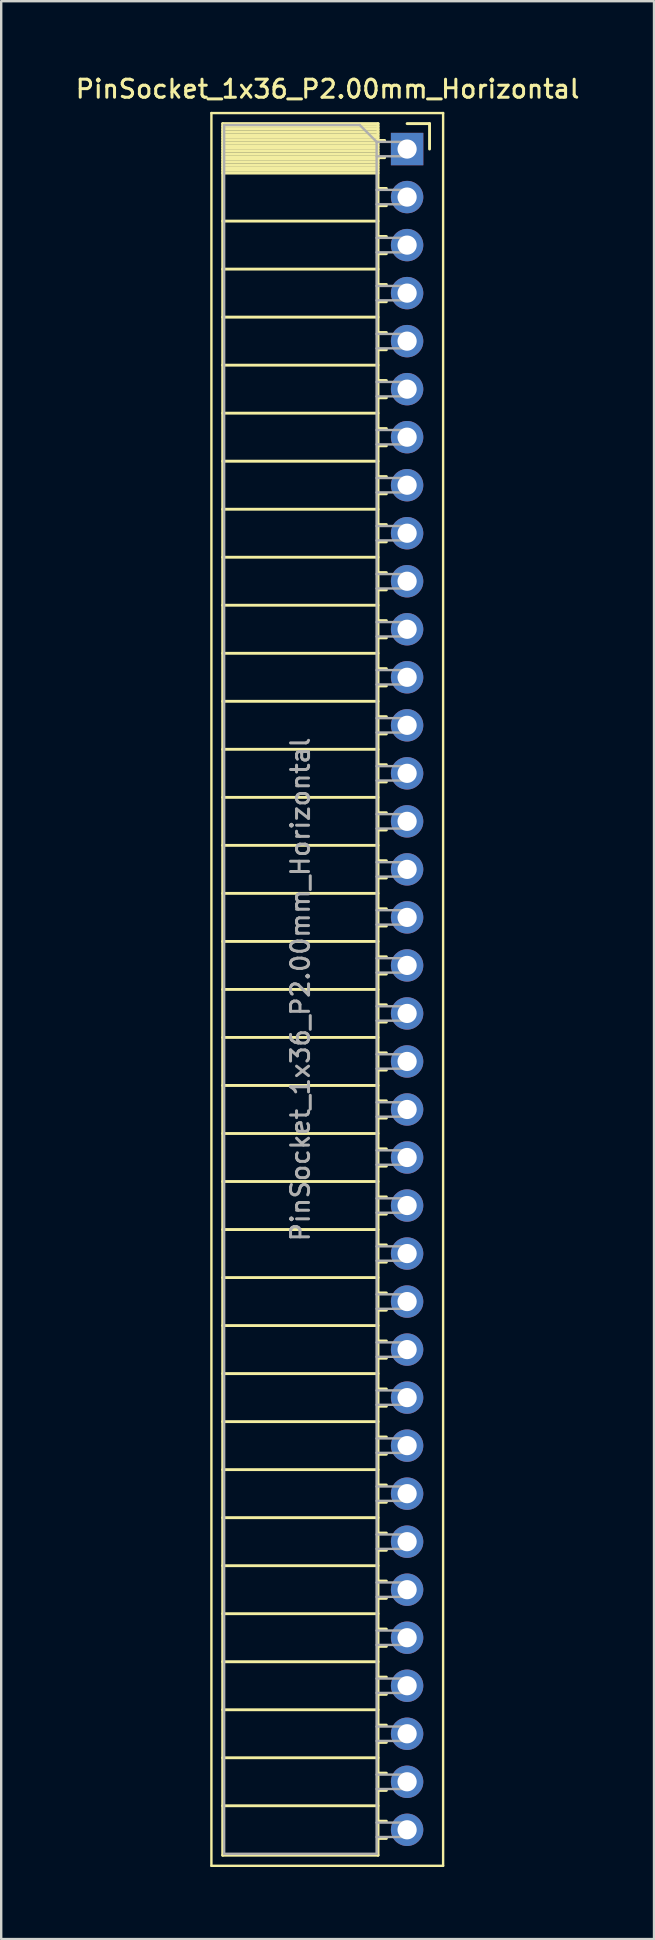
<source format=kicad_pcb>
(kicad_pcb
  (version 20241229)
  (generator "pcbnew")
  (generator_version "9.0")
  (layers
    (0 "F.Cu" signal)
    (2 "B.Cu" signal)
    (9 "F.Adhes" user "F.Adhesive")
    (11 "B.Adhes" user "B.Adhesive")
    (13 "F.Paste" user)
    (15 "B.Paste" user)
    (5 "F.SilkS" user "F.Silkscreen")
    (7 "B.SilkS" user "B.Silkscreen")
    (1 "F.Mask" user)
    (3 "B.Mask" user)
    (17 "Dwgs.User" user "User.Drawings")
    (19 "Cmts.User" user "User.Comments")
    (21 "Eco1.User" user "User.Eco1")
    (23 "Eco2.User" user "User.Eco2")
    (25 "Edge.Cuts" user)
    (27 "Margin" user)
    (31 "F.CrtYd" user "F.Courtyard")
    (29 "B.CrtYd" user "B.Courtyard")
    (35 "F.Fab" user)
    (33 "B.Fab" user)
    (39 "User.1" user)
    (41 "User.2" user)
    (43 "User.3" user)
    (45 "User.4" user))
  (footprint "PinSocket_1x36_P2.00mm_Horizontal"
    (layer "F.Cu")
    (at 13.905 3.158)
    (property "Reference" "PinSocket_1x36_P2.00mm_Horizontal" (at -3.31 -2.5 0) (layer "F.SilkS") (effects (font (size 0.75 0.75) (thickness 0.125))))
    (attr through_hole)
    (fp_line (start -8.15 -1.5) (end -8.15 71.5) (stroke (width 0.1) (type solid)) (layer "F.SilkS"))
    (fp_line (start -8.15 71.5) (end 1.5 71.5) (stroke (width 0.1) (type solid)) (layer "F.SilkS"))
    (fp_line (start -7.68 -1.06) (end -7.68 71.06) (stroke (width 0.12) (type solid)) (layer "F.SilkS"))
    (fp_line (start -7.68 -1.06) (end -1.21 -1.06) (stroke (width 0.12) (type solid)) (layer "F.SilkS"))
    (fp_line (start -7.68 -0.94) (end -1.21 -0.94) (stroke (width 0.12) (type solid)) (layer "F.SilkS"))
    (fp_line (start -7.68 -0.826) (end -1.21 -0.826) (stroke (width 0.12) (type solid)) (layer "F.SilkS"))
    (fp_line (start -7.68 -0.712) (end -1.21 -0.712) (stroke (width 0.12) (type solid)) (layer "F.SilkS"))
    (fp_line (start -7.68 -0.598) (end -1.21 -0.598) (stroke (width 0.12) (type solid)) (layer "F.SilkS"))
    (fp_line (start -7.68 -0.484) (end -1.21 -0.484) (stroke (width 0.12) (type solid)) (layer "F.SilkS"))
    (fp_line (start -7.68 -0.369) (end -1.21 -0.369) (stroke (width 0.12) (type solid)) (layer "F.SilkS"))
    (fp_line (start -7.68 -0.255) (end -1.21 -0.255) (stroke (width 0.12) (type solid)) (layer "F.SilkS"))
    (fp_line (start -7.68 -0.141) (end -1.21 -0.141) (stroke (width 0.12) (type solid)) (layer "F.SilkS"))
    (fp_line (start -7.68 -0.027) (end -1.21 -0.027) (stroke (width 0.12) (type solid)) (layer "F.SilkS"))
    (fp_line (start -7.68 0.087) (end -1.21 0.087) (stroke (width 0.12) (type solid)) (layer "F.SilkS"))
    (fp_line (start -7.68 0.201) (end -1.21 0.201) (stroke (width 0.12) (type solid)) (layer "F.SilkS"))
    (fp_line (start -7.68 0.315) (end -1.21 0.315) (stroke (width 0.12) (type solid)) (layer "F.SilkS"))
    (fp_line (start -7.68 0.429) (end -1.21 0.429) (stroke (width 0.12) (type solid)) (layer "F.SilkS"))
    (fp_line (start -7.68 0.544) (end -1.21 0.544) (stroke (width 0.12) (type solid)) (layer "F.SilkS"))
    (fp_line (start -7.68 0.658) (end -1.21 0.658) (stroke (width 0.12) (type solid)) (layer "F.SilkS"))
    (fp_line (start -7.68 0.772) (end -1.21 0.772) (stroke (width 0.12) (type solid)) (layer "F.SilkS"))
    (fp_line (start -7.68 0.886) (end -1.21 0.886) (stroke (width 0.12) (type solid)) (layer "F.SilkS"))
    (fp_line (start -7.68 1) (end -1.21 1) (stroke (width 0.12) (type solid)) (layer "F.SilkS"))
    (fp_line (start -7.68 3) (end -1.21 3) (stroke (width 0.12) (type solid)) (layer "F.SilkS"))
    (fp_line (start -7.68 5) (end -1.21 5) (stroke (width 0.12) (type solid)) (layer "F.SilkS"))
    (fp_line (start -7.68 7) (end -1.21 7) (stroke (width 0.12) (type solid)) (layer "F.SilkS"))
    (fp_line (start -7.68 9) (end -1.21 9) (stroke (width 0.12) (type solid)) (layer "F.SilkS"))
    (fp_line (start -7.68 11) (end -1.21 11) (stroke (width 0.12) (type solid)) (layer "F.SilkS"))
    (fp_line (start -7.68 13) (end -1.21 13) (stroke (width 0.12) (type solid)) (layer "F.SilkS"))
    (fp_line (start -7.68 15) (end -1.21 15) (stroke (width 0.12) (type solid)) (layer "F.SilkS"))
    (fp_line (start -7.68 17) (end -1.21 17) (stroke (width 0.12) (type solid)) (layer "F.SilkS"))
    (fp_line (start -7.68 19) (end -1.21 19) (stroke (width 0.12) (type solid)) (layer "F.SilkS"))
    (fp_line (start -7.68 21) (end -1.21 21) (stroke (width 0.12) (type solid)) (layer "F.SilkS"))
    (fp_line (start -7.68 23) (end -1.21 23) (stroke (width 0.12) (type solid)) (layer "F.SilkS"))
    (fp_line (start -7.68 25) (end -1.21 25) (stroke (width 0.12) (type solid)) (layer "F.SilkS"))
    (fp_line (start -7.68 27) (end -1.21 27) (stroke (width 0.12) (type solid)) (layer "F.SilkS"))
    (fp_line (start -7.68 29) (end -1.21 29) (stroke (width 0.12) (type solid)) (layer "F.SilkS"))
    (fp_line (start -7.68 31) (end -1.21 31) (stroke (width 0.12) (type solid)) (layer "F.SilkS"))
    (fp_line (start -7.68 33) (end -1.21 33) (stroke (width 0.12) (type solid)) (layer "F.SilkS"))
    (fp_line (start -7.68 35) (end -1.21 35) (stroke (width 0.12) (type solid)) (layer "F.SilkS"))
    (fp_line (start -7.68 37) (end -1.21 37) (stroke (width 0.12) (type solid)) (layer "F.SilkS"))
    (fp_line (start -7.68 39) (end -1.21 39) (stroke (width 0.12) (type solid)) (layer "F.SilkS"))
    (fp_line (start -7.68 41) (end -1.21 41) (stroke (width 0.12) (type solid)) (layer "F.SilkS"))
    (fp_line (start -7.68 43) (end -1.21 43) (stroke (width 0.12) (type solid)) (layer "F.SilkS"))
    (fp_line (start -7.68 45) (end -1.21 45) (stroke (width 0.12) (type solid)) (layer "F.SilkS"))
    (fp_line (start -7.68 47) (end -1.21 47) (stroke (width 0.12) (type solid)) (layer "F.SilkS"))
    (fp_line (start -7.68 49) (end -1.21 49) (stroke (width 0.12) (type solid)) (layer "F.SilkS"))
    (fp_line (start -7.68 51) (end -1.21 51) (stroke (width 0.12) (type solid)) (layer "F.SilkS"))
    (fp_line (start -7.68 53) (end -1.21 53) (stroke (width 0.12) (type solid)) (layer "F.SilkS"))
    (fp_line (start -7.68 55) (end -1.21 55) (stroke (width 0.12) (type solid)) (layer "F.SilkS"))
    (fp_line (start -7.68 57) (end -1.21 57) (stroke (width 0.12) (type solid)) (layer "F.SilkS"))
    (fp_line (start -7.68 59) (end -1.21 59) (stroke (width 0.12) (type solid)) (layer "F.SilkS"))
    (fp_line (start -7.68 61) (end -1.21 61) (stroke (width 0.12) (type solid)) (layer "F.SilkS"))
    (fp_line (start -7.68 63) (end -1.21 63) (stroke (width 0.12) (type solid)) (layer "F.SilkS"))
    (fp_line (start -7.68 65) (end -1.21 65) (stroke (width 0.12) (type solid)) (layer "F.SilkS"))
    (fp_line (start -7.68 67) (end -1.21 67) (stroke (width 0.12) (type solid)) (layer "F.SilkS"))
    (fp_line (start -7.68 69) (end -1.21 69) (stroke (width 0.12) (type solid)) (layer "F.SilkS"))
    (fp_line (start -7.68 71.06) (end -1.21 71.06) (stroke (width 0.12) (type solid)) (layer "F.SilkS"))
    (fp_line (start -1.21 -1.06) (end -1.21 71.06) (stroke (width 0.12) (type solid)) (layer "F.SilkS"))
    (fp_line (start -1.21 -0.36) (end -0.935 -0.36) (stroke (width 0.12) (type solid)) (layer "F.SilkS"))
    (fp_line (start -1.21 0.36) (end -0.935 0.36) (stroke (width 0.12) (type solid)) (layer "F.SilkS"))
    (fp_line (start -1.21 1.64) (end -0.863 1.64) (stroke (width 0.12) (type solid)) (layer "F.SilkS"))
    (fp_line (start -1.21 2.36) (end -0.863 2.36) (stroke (width 0.12) (type solid)) (layer "F.SilkS"))
    (fp_line (start -1.21 3.64) (end -0.863 3.64) (stroke (width 0.12) (type solid)) (layer "F.SilkS"))
    (fp_line (start -1.21 4.36) (end -0.863 4.36) (stroke (width 0.12) (type solid)) (layer "F.SilkS"))
    (fp_line (start -1.21 5.64) (end -0.863 5.64) (stroke (width 0.12) (type solid)) (layer "F.SilkS"))
    (fp_line (start -1.21 6.36) (end -0.863 6.36) (stroke (width 0.12) (type solid)) (layer "F.SilkS"))
    (fp_line (start -1.21 7.64) (end -0.863 7.64) (stroke (width 0.12) (type solid)) (layer "F.SilkS"))
    (fp_line (start -1.21 8.36) (end -0.863 8.36) (stroke (width 0.12) (type solid)) (layer "F.SilkS"))
    (fp_line (start -1.21 9.64) (end -0.863 9.64) (stroke (width 0.12) (type solid)) (layer "F.SilkS"))
    (fp_line (start -1.21 10.36) (end -0.863 10.36) (stroke (width 0.12) (type solid)) (layer "F.SilkS"))
    (fp_line (start -1.21 11.64) (end -0.863 11.64) (stroke (width 0.12) (type solid)) (layer "F.SilkS"))
    (fp_line (start -1.21 12.36) (end -0.863 12.36) (stroke (width 0.12) (type solid)) (layer "F.SilkS"))
    (fp_line (start -1.21 13.64) (end -0.863 13.64) (stroke (width 0.12) (type solid)) (layer "F.SilkS"))
    (fp_line (start -1.21 14.36) (end -0.863 14.36) (stroke (width 0.12) (type solid)) (layer "F.SilkS"))
    (fp_line (start -1.21 15.64) (end -0.863 15.64) (stroke (width 0.12) (type solid)) (layer "F.SilkS"))
    (fp_line (start -1.21 16.36) (end -0.863 16.36) (stroke (width 0.12) (type solid)) (layer "F.SilkS"))
    (fp_line (start -1.21 17.64) (end -0.863 17.64) (stroke (width 0.12) (type solid)) (layer "F.SilkS"))
    (fp_line (start -1.21 18.36) (end -0.863 18.36) (stroke (width 0.12) (type solid)) (layer "F.SilkS"))
    (fp_line (start -1.21 19.64) (end -0.863 19.64) (stroke (width 0.12) (type solid)) (layer "F.SilkS"))
    (fp_line (start -1.21 20.36) (end -0.863 20.36) (stroke (width 0.12) (type solid)) (layer "F.SilkS"))
    (fp_line (start -1.21 21.64) (end -0.863 21.64) (stroke (width 0.12) (type solid)) (layer "F.SilkS"))
    (fp_line (start -1.21 22.36) (end -0.863 22.36) (stroke (width 0.12) (type solid)) (layer "F.SilkS"))
    (fp_line (start -1.21 23.64) (end -0.863 23.64) (stroke (width 0.12) (type solid)) (layer "F.SilkS"))
    (fp_line (start -1.21 24.36) (end -0.863 24.36) (stroke (width 0.12) (type solid)) (layer "F.SilkS"))
    (fp_line (start -1.21 25.64) (end -0.863 25.64) (stroke (width 0.12) (type solid)) (layer "F.SilkS"))
    (fp_line (start -1.21 26.36) (end -0.863 26.36) (stroke (width 0.12) (type solid)) (layer "F.SilkS"))
    (fp_line (start -1.21 27.64) (end -0.863 27.64) (stroke (width 0.12) (type solid)) (layer "F.SilkS"))
    (fp_line (start -1.21 28.36) (end -0.863 28.36) (stroke (width 0.12) (type solid)) (layer "F.SilkS"))
    (fp_line (start -1.21 29.64) (end -0.863 29.64) (stroke (width 0.12) (type solid)) (layer "F.SilkS"))
    (fp_line (start -1.21 30.36) (end -0.863 30.36) (stroke (width 0.12) (type solid)) (layer "F.SilkS"))
    (fp_line (start -1.21 31.64) (end -0.863 31.64) (stroke (width 0.12) (type solid)) (layer "F.SilkS"))
    (fp_line (start -1.21 32.36) (end -0.863 32.36) (stroke (width 0.12) (type solid)) (layer "F.SilkS"))
    (fp_line (start -1.21 33.64) (end -0.863 33.64) (stroke (width 0.12) (type solid)) (layer "F.SilkS"))
    (fp_line (start -1.21 34.36) (end -0.863 34.36) (stroke (width 0.12) (type solid)) (layer "F.SilkS"))
    (fp_line (start -1.21 35.64) (end -0.863 35.64) (stroke (width 0.12) (type solid)) (layer "F.SilkS"))
    (fp_line (start -1.21 36.36) (end -0.863 36.36) (stroke (width 0.12) (type solid)) (layer "F.SilkS"))
    (fp_line (start -1.21 37.64) (end -0.863 37.64) (stroke (width 0.12) (type solid)) (layer "F.SilkS"))
    (fp_line (start -1.21 38.36) (end -0.863 38.36) (stroke (width 0.12) (type solid)) (layer "F.SilkS"))
    (fp_line (start -1.21 39.64) (end -0.863 39.64) (stroke (width 0.12) (type solid)) (layer "F.SilkS"))
    (fp_line (start -1.21 40.36) (end -0.863 40.36) (stroke (width 0.12) (type solid)) (layer "F.SilkS"))
    (fp_line (start -1.21 41.64) (end -0.863 41.64) (stroke (width 0.12) (type solid)) (layer "F.SilkS"))
    (fp_line (start -1.21 42.36) (end -0.863 42.36) (stroke (width 0.12) (type solid)) (layer "F.SilkS"))
    (fp_line (start -1.21 43.64) (end -0.863 43.64) (stroke (width 0.12) (type solid)) (layer "F.SilkS"))
    (fp_line (start -1.21 44.36) (end -0.863 44.36) (stroke (width 0.12) (type solid)) (layer "F.SilkS"))
    (fp_line (start -1.21 45.64) (end -0.863 45.64) (stroke (width 0.12) (type solid)) (layer "F.SilkS"))
    (fp_line (start -1.21 46.36) (end -0.863 46.36) (stroke (width 0.12) (type solid)) (layer "F.SilkS"))
    (fp_line (start -1.21 47.64) (end -0.863 47.64) (stroke (width 0.12) (type solid)) (layer "F.SilkS"))
    (fp_line (start -1.21 48.36) (end -0.863 48.36) (stroke (width 0.12) (type solid)) (layer "F.SilkS"))
    (fp_line (start -1.21 49.64) (end -0.863 49.64) (stroke (width 0.12) (type solid)) (layer "F.SilkS"))
    (fp_line (start -1.21 50.36) (end -0.863 50.36) (stroke (width 0.12) (type solid)) (layer "F.SilkS"))
    (fp_line (start -1.21 51.64) (end -0.863 51.64) (stroke (width 0.12) (type solid)) (layer "F.SilkS"))
    (fp_line (start -1.21 52.36) (end -0.863 52.36) (stroke (width 0.12) (type solid)) (layer "F.SilkS"))
    (fp_line (start -1.21 53.64) (end -0.863 53.64) (stroke (width 0.12) (type solid)) (layer "F.SilkS"))
    (fp_line (start -1.21 54.36) (end -0.863 54.36) (stroke (width 0.12) (type solid)) (layer "F.SilkS"))
    (fp_line (start -1.21 55.64) (end -0.863 55.64) (stroke (width 0.12) (type solid)) (layer "F.SilkS"))
    (fp_line (start -1.21 56.36) (end -0.863 56.36) (stroke (width 0.12) (type solid)) (layer "F.SilkS"))
    (fp_line (start -1.21 57.64) (end -0.863 57.64) (stroke (width 0.12) (type solid)) (layer "F.SilkS"))
    (fp_line (start -1.21 58.36) (end -0.863 58.36) (stroke (width 0.12) (type solid)) (layer "F.SilkS"))
    (fp_line (start -1.21 59.64) (end -0.863 59.64) (stroke (width 0.12) (type solid)) (layer "F.SilkS"))
    (fp_line (start -1.21 60.36) (end -0.863 60.36) (stroke (width 0.12) (type solid)) (layer "F.SilkS"))
    (fp_line (start -1.21 61.64) (end -0.863 61.64) (stroke (width 0.12) (type solid)) (layer "F.SilkS"))
    (fp_line (start -1.21 62.36) (end -0.863 62.36) (stroke (width 0.12) (type solid)) (layer "F.SilkS"))
    (fp_line (start -1.21 63.64) (end -0.863 63.64) (stroke (width 0.12) (type solid)) (layer "F.SilkS"))
    (fp_line (start -1.21 64.36) (end -0.863 64.36) (stroke (width 0.12) (type solid)) (layer "F.SilkS"))
    (fp_line (start -1.21 65.64) (end -0.863 65.64) (stroke (width 0.12) (type solid)) (layer "F.SilkS"))
    (fp_line (start -1.21 66.36) (end -0.863 66.36) (stroke (width 0.12) (type solid)) (layer "F.SilkS"))
    (fp_line (start -1.21 67.64) (end -0.863 67.64) (stroke (width 0.12) (type solid)) (layer "F.SilkS"))
    (fp_line (start -1.21 68.36) (end -0.863 68.36) (stroke (width 0.12) (type solid)) (layer "F.SilkS"))
    (fp_line (start -1.21 69.64) (end -0.863 69.64) (stroke (width 0.12) (type solid)) (layer "F.SilkS"))
    (fp_line (start -1.21 70.36) (end -0.863 70.36) (stroke (width 0.12) (type solid)) (layer "F.SilkS"))
    (fp_line (start 0 -1.06) (end 0.935 -1.06) (stroke (width 0.12) (type solid)) (layer "F.SilkS"))
    (fp_line (start 0.935 -1.06) (end 0.935 0) (stroke (width 0.12) (type solid)) (layer "F.SilkS"))
    (fp_line (start 1.5 -1.5) (end -8.15 -1.5) (stroke (width 0.1) (type solid)) (layer "F.SilkS"))
    (fp_line (start 1.5 71.5) (end 1.5 -1.5) (stroke (width 0.1) (type solid)) (layer "F.SilkS"))
    (fp_line (start -7.62 -1) (end -1.97 -1) (stroke (width 0.1) (type solid)) (layer "F.Fab"))
    (fp_line (start -7.62 71) (end -7.62 -1) (stroke (width 0.1) (type solid)) (layer "F.Fab"))
    (fp_line (start -1.97 -1) (end -1.27 -0.3) (stroke (width 0.1) (type solid)) (layer "F.Fab"))
    (fp_line (start -1.27 -0.3) (end -1.27 71) (stroke (width 0.1) (type solid)) (layer "F.Fab"))
    (fp_line (start -1.27 0.3) (end 0 0.3) (stroke (width 0.1) (type solid)) (layer "F.Fab"))
    (fp_line (start -1.27 2.3) (end 0 2.3) (stroke (width 0.1) (type solid)) (layer "F.Fab"))
    (fp_line (start -1.27 4.3) (end 0 4.3) (stroke (width 0.1) (type solid)) (layer "F.Fab"))
    (fp_line (start -1.27 6.3) (end 0 6.3) (stroke (width 0.1) (type solid)) (layer "F.Fab"))
    (fp_line (start -1.27 8.3) (end 0 8.3) (stroke (width 0.1) (type solid)) (layer "F.Fab"))
    (fp_line (start -1.27 10.3) (end 0 10.3) (stroke (width 0.1) (type solid)) (layer "F.Fab"))
    (fp_line (start -1.27 12.3) (end 0 12.3) (stroke (width 0.1) (type solid)) (layer "F.Fab"))
    (fp_line (start -1.27 14.3) (end 0 14.3) (stroke (width 0.1) (type solid)) (layer "F.Fab"))
    (fp_line (start -1.27 16.3) (end 0 16.3) (stroke (width 0.1) (type solid)) (layer "F.Fab"))
    (fp_line (start -1.27 18.3) (end 0 18.3) (stroke (width 0.1) (type solid)) (layer "F.Fab"))
    (fp_line (start -1.27 20.3) (end 0 20.3) (stroke (width 0.1) (type solid)) (layer "F.Fab"))
    (fp_line (start -1.27 22.3) (end 0 22.3) (stroke (width 0.1) (type solid)) (layer "F.Fab"))
    (fp_line (start -1.27 24.3) (end 0 24.3) (stroke (width 0.1) (type solid)) (layer "F.Fab"))
    (fp_line (start -1.27 26.3) (end 0 26.3) (stroke (width 0.1) (type solid)) (layer "F.Fab"))
    (fp_line (start -1.27 28.3) (end 0 28.3) (stroke (width 0.1) (type solid)) (layer "F.Fab"))
    (fp_line (start -1.27 30.3) (end 0 30.3) (stroke (width 0.1) (type solid)) (layer "F.Fab"))
    (fp_line (start -1.27 32.3) (end 0 32.3) (stroke (width 0.1) (type solid)) (layer "F.Fab"))
    (fp_line (start -1.27 34.3) (end 0 34.3) (stroke (width 0.1) (type solid)) (layer "F.Fab"))
    (fp_line (start -1.27 36.3) (end 0 36.3) (stroke (width 0.1) (type solid)) (layer "F.Fab"))
    (fp_line (start -1.27 38.3) (end 0 38.3) (stroke (width 0.1) (type solid)) (layer "F.Fab"))
    (fp_line (start -1.27 40.3) (end 0 40.3) (stroke (width 0.1) (type solid)) (layer "F.Fab"))
    (fp_line (start -1.27 42.3) (end 0 42.3) (stroke (width 0.1) (type solid)) (layer "F.Fab"))
    (fp_line (start -1.27 44.3) (end 0 44.3) (stroke (width 0.1) (type solid)) (layer "F.Fab"))
    (fp_line (start -1.27 46.3) (end 0 46.3) (stroke (width 0.1) (type solid)) (layer "F.Fab"))
    (fp_line (start -1.27 48.3) (end 0 48.3) (stroke (width 0.1) (type solid)) (layer "F.Fab"))
    (fp_line (start -1.27 50.3) (end 0 50.3) (stroke (width 0.1) (type solid)) (layer "F.Fab"))
    (fp_line (start -1.27 52.3) (end 0 52.3) (stroke (width 0.1) (type solid)) (layer "F.Fab"))
    (fp_line (start -1.27 54.3) (end 0 54.3) (stroke (width 0.1) (type solid)) (layer "F.Fab"))
    (fp_line (start -1.27 56.3) (end 0 56.3) (stroke (width 0.1) (type solid)) (layer "F.Fab"))
    (fp_line (start -1.27 58.3) (end 0 58.3) (stroke (width 0.1) (type solid)) (layer "F.Fab"))
    (fp_line (start -1.27 60.3) (end 0 60.3) (stroke (width 0.1) (type solid)) (layer "F.Fab"))
    (fp_line (start -1.27 62.3) (end 0 62.3) (stroke (width 0.1) (type solid)) (layer "F.Fab"))
    (fp_line (start -1.27 64.3) (end 0 64.3) (stroke (width 0.1) (type solid)) (layer "F.Fab"))
    (fp_line (start -1.27 66.3) (end 0 66.3) (stroke (width 0.1) (type solid)) (layer "F.Fab"))
    (fp_line (start -1.27 68.3) (end 0 68.3) (stroke (width 0.1) (type solid)) (layer "F.Fab"))
    (fp_line (start -1.27 70.3) (end 0 70.3) (stroke (width 0.1) (type solid)) (layer "F.Fab"))
    (fp_line (start -1.27 71) (end -7.62 71) (stroke (width 0.1) (type solid)) (layer "F.Fab"))
    (fp_line (start 0 -0.3) (end -1.27 -0.3) (stroke (width 0.1) (type solid)) (layer "F.Fab"))
    (fp_line (start 0 0.3) (end 0 -0.3) (stroke (width 0.1) (type solid)) (layer "F.Fab"))
    (fp_line (start 0 1.7) (end -1.27 1.7) (stroke (width 0.1) (type solid)) (layer "F.Fab"))
    (fp_line (start 0 2.3) (end 0 1.7) (stroke (width 0.1) (type solid)) (layer "F.Fab"))
    (fp_line (start 0 3.7) (end -1.27 3.7) (stroke (width 0.1) (type solid)) (layer "F.Fab"))
    (fp_line (start 0 4.3) (end 0 3.7) (stroke (width 0.1) (type solid)) (layer "F.Fab"))
    (fp_line (start 0 5.7) (end -1.27 5.7) (stroke (width 0.1) (type solid)) (layer "F.Fab"))
    (fp_line (start 0 6.3) (end 0 5.7) (stroke (width 0.1) (type solid)) (layer "F.Fab"))
    (fp_line (start 0 7.7) (end -1.27 7.7) (stroke (width 0.1) (type solid)) (layer "F.Fab"))
    (fp_line (start 0 8.3) (end 0 7.7) (stroke (width 0.1) (type solid)) (layer "F.Fab"))
    (fp_line (start 0 9.7) (end -1.27 9.7) (stroke (width 0.1) (type solid)) (layer "F.Fab"))
    (fp_line (start 0 10.3) (end 0 9.7) (stroke (width 0.1) (type solid)) (layer "F.Fab"))
    (fp_line (start 0 11.7) (end -1.27 11.7) (stroke (width 0.1) (type solid)) (layer "F.Fab"))
    (fp_line (start 0 12.3) (end 0 11.7) (stroke (width 0.1) (type solid)) (layer "F.Fab"))
    (fp_line (start 0 13.7) (end -1.27 13.7) (stroke (width 0.1) (type solid)) (layer "F.Fab"))
    (fp_line (start 0 14.3) (end 0 13.7) (stroke (width 0.1) (type solid)) (layer "F.Fab"))
    (fp_line (start 0 15.7) (end -1.27 15.7) (stroke (width 0.1) (type solid)) (layer "F.Fab"))
    (fp_line (start 0 16.3) (end 0 15.7) (stroke (width 0.1) (type solid)) (layer "F.Fab"))
    (fp_line (start 0 17.7) (end -1.27 17.7) (stroke (width 0.1) (type solid)) (layer "F.Fab"))
    (fp_line (start 0 18.3) (end 0 17.7) (stroke (width 0.1) (type solid)) (layer "F.Fab"))
    (fp_line (start 0 19.7) (end -1.27 19.7) (stroke (width 0.1) (type solid)) (layer "F.Fab"))
    (fp_line (start 0 20.3) (end 0 19.7) (stroke (width 0.1) (type solid)) (layer "F.Fab"))
    (fp_line (start 0 21.7) (end -1.27 21.7) (stroke (width 0.1) (type solid)) (layer "F.Fab"))
    (fp_line (start 0 22.3) (end 0 21.7) (stroke (width 0.1) (type solid)) (layer "F.Fab"))
    (fp_line (start 0 23.7) (end -1.27 23.7) (stroke (width 0.1) (type solid)) (layer "F.Fab"))
    (fp_line (start 0 24.3) (end 0 23.7) (stroke (width 0.1) (type solid)) (layer "F.Fab"))
    (fp_line (start 0 25.7) (end -1.27 25.7) (stroke (width 0.1) (type solid)) (layer "F.Fab"))
    (fp_line (start 0 26.3) (end 0 25.7) (stroke (width 0.1) (type solid)) (layer "F.Fab"))
    (fp_line (start 0 27.7) (end -1.27 27.7) (stroke (width 0.1) (type solid)) (layer "F.Fab"))
    (fp_line (start 0 28.3) (end 0 27.7) (stroke (width 0.1) (type solid)) (layer "F.Fab"))
    (fp_line (start 0 29.7) (end -1.27 29.7) (stroke (width 0.1) (type solid)) (layer "F.Fab"))
    (fp_line (start 0 30.3) (end 0 29.7) (stroke (width 0.1) (type solid)) (layer "F.Fab"))
    (fp_line (start 0 31.7) (end -1.27 31.7) (stroke (width 0.1) (type solid)) (layer "F.Fab"))
    (fp_line (start 0 32.3) (end 0 31.7) (stroke (width 0.1) (type solid)) (layer "F.Fab"))
    (fp_line (start 0 33.7) (end -1.27 33.7) (stroke (width 0.1) (type solid)) (layer "F.Fab"))
    (fp_line (start 0 34.3) (end 0 33.7) (stroke (width 0.1) (type solid)) (layer "F.Fab"))
    (fp_line (start 0 35.7) (end -1.27 35.7) (stroke (width 0.1) (type solid)) (layer "F.Fab"))
    (fp_line (start 0 36.3) (end 0 35.7) (stroke (width 0.1) (type solid)) (layer "F.Fab"))
    (fp_line (start 0 37.7) (end -1.27 37.7) (stroke (width 0.1) (type solid)) (layer "F.Fab"))
    (fp_line (start 0 38.3) (end 0 37.7) (stroke (width 0.1) (type solid)) (layer "F.Fab"))
    (fp_line (start 0 39.7) (end -1.27 39.7) (stroke (width 0.1) (type solid)) (layer "F.Fab"))
    (fp_line (start 0 40.3) (end 0 39.7) (stroke (width 0.1) (type solid)) (layer "F.Fab"))
    (fp_line (start 0 41.7) (end -1.27 41.7) (stroke (width 0.1) (type solid)) (layer "F.Fab"))
    (fp_line (start 0 42.3) (end 0 41.7) (stroke (width 0.1) (type solid)) (layer "F.Fab"))
    (fp_line (start 0 43.7) (end -1.27 43.7) (stroke (width 0.1) (type solid)) (layer "F.Fab"))
    (fp_line (start 0 44.3) (end 0 43.7) (stroke (width 0.1) (type solid)) (layer "F.Fab"))
    (fp_line (start 0 45.7) (end -1.27 45.7) (stroke (width 0.1) (type solid)) (layer "F.Fab"))
    (fp_line (start 0 46.3) (end 0 45.7) (stroke (width 0.1) (type solid)) (layer "F.Fab"))
    (fp_line (start 0 47.7) (end -1.27 47.7) (stroke (width 0.1) (type solid)) (layer "F.Fab"))
    (fp_line (start 0 48.3) (end 0 47.7) (stroke (width 0.1) (type solid)) (layer "F.Fab"))
    (fp_line (start 0 49.7) (end -1.27 49.7) (stroke (width 0.1) (type solid)) (layer "F.Fab"))
    (fp_line (start 0 50.3) (end 0 49.7) (stroke (width 0.1) (type solid)) (layer "F.Fab"))
    (fp_line (start 0 51.7) (end -1.27 51.7) (stroke (width 0.1) (type solid)) (layer "F.Fab"))
    (fp_line (start 0 52.3) (end 0 51.7) (stroke (width 0.1) (type solid)) (layer "F.Fab"))
    (fp_line (start 0 53.7) (end -1.27 53.7) (stroke (width 0.1) (type solid)) (layer "F.Fab"))
    (fp_line (start 0 54.3) (end 0 53.7) (stroke (width 0.1) (type solid)) (layer "F.Fab"))
    (fp_line (start 0 55.7) (end -1.27 55.7) (stroke (width 0.1) (type solid)) (layer "F.Fab"))
    (fp_line (start 0 56.3) (end 0 55.7) (stroke (width 0.1) (type solid)) (layer "F.Fab"))
    (fp_line (start 0 57.7) (end -1.27 57.7) (stroke (width 0.1) (type solid)) (layer "F.Fab"))
    (fp_line (start 0 58.3) (end 0 57.7) (stroke (width 0.1) (type solid)) (layer "F.Fab"))
    (fp_line (start 0 59.7) (end -1.27 59.7) (stroke (width 0.1) (type solid)) (layer "F.Fab"))
    (fp_line (start 0 60.3) (end 0 59.7) (stroke (width 0.1) (type solid)) (layer "F.Fab"))
    (fp_line (start 0 61.7) (end -1.27 61.7) (stroke (width 0.1) (type solid)) (layer "F.Fab"))
    (fp_line (start 0 62.3) (end 0 61.7) (stroke (width 0.1) (type solid)) (layer "F.Fab"))
    (fp_line (start 0 63.7) (end -1.27 63.7) (stroke (width 0.1) (type solid)) (layer "F.Fab"))
    (fp_line (start 0 64.3) (end 0 63.7) (stroke (width 0.1) (type solid)) (layer "F.Fab"))
    (fp_line (start 0 65.7) (end -1.27 65.7) (stroke (width 0.1) (type solid)) (layer "F.Fab"))
    (fp_line (start 0 66.3) (end 0 65.7) (stroke (width 0.1) (type solid)) (layer "F.Fab"))
    (fp_line (start 0 67.7) (end -1.27 67.7) (stroke (width 0.1) (type solid)) (layer "F.Fab"))
    (fp_line (start 0 68.3) (end 0 67.7) (stroke (width 0.1) (type solid)) (layer "F.Fab"))
    (fp_line (start 0 69.7) (end -1.27 69.7) (stroke (width 0.1) (type solid)) (layer "F.Fab"))
    (fp_line (start 0 70.3) (end 0 69.7) (stroke (width 0.1) (type solid)) (layer "F.Fab"))
    (fp_text user "${REFERENCE}" (at -4.445 35 90) (layer "F.Fab") (effects (font (size 0.75 0.75) (thickness 0.125))))
    (pad "1" thru_hole rect (at 0 0) (size 1.35 1.35) (drill 0.8) (layers "*.Cu" "*.Mask"))
    (pad "2" thru_hole oval (at 0 2) (size 1.35 1.35) (drill 0.8) (layers "*.Cu" "*.Mask"))
    (pad "3" thru_hole oval (at 0 4) (size 1.35 1.35) (drill 0.8) (layers "*.Cu" "*.Mask"))
    (pad "4" thru_hole oval (at 0 6) (size 1.35 1.35) (drill 0.8) (layers "*.Cu" "*.Mask"))
    (pad "5" thru_hole oval (at 0 8) (size 1.35 1.35) (drill 0.8) (layers "*.Cu" "*.Mask"))
    (pad "6" thru_hole oval (at 0 10) (size 1.35 1.35) (drill 0.8) (layers "*.Cu" "*.Mask"))
    (pad "7" thru_hole oval (at 0 12) (size 1.35 1.35) (drill 0.8) (layers "*.Cu" "*.Mask"))
    (pad "8" thru_hole oval (at 0 14) (size 1.35 1.35) (drill 0.8) (layers "*.Cu" "*.Mask"))
    (pad "9" thru_hole oval (at 0 16) (size 1.35 1.35) (drill 0.8) (layers "*.Cu" "*.Mask"))
    (pad "10" thru_hole oval (at 0 18) (size 1.35 1.35) (drill 0.8) (layers "*.Cu" "*.Mask"))
    (pad "11" thru_hole oval (at 0 20) (size 1.35 1.35) (drill 0.8) (layers "*.Cu" "*.Mask"))
    (pad "12" thru_hole oval (at 0 22) (size 1.35 1.35) (drill 0.8) (layers "*.Cu" "*.Mask"))
    (pad "13" thru_hole oval (at 0 24) (size 1.35 1.35) (drill 0.8) (layers "*.Cu" "*.Mask"))
    (pad "14" thru_hole oval (at 0 26) (size 1.35 1.35) (drill 0.8) (layers "*.Cu" "*.Mask"))
    (pad "15" thru_hole oval (at 0 28) (size 1.35 1.35) (drill 0.8) (layers "*.Cu" "*.Mask"))
    (pad "16" thru_hole oval (at 0 30) (size 1.35 1.35) (drill 0.8) (layers "*.Cu" "*.Mask"))
    (pad "17" thru_hole oval (at 0 32) (size 1.35 1.35) (drill 0.8) (layers "*.Cu" "*.Mask"))
    (pad "18" thru_hole oval (at 0 34) (size 1.35 1.35) (drill 0.8) (layers "*.Cu" "*.Mask"))
    (pad "19" thru_hole oval (at 0 36) (size 1.35 1.35) (drill 0.8) (layers "*.Cu" "*.Mask"))
    (pad "20" thru_hole oval (at 0 38) (size 1.35 1.35) (drill 0.8) (layers "*.Cu" "*.Mask"))
    (pad "21" thru_hole oval (at 0 40) (size 1.35 1.35) (drill 0.8) (layers "*.Cu" "*.Mask"))
    (pad "22" thru_hole oval (at 0 42) (size 1.35 1.35) (drill 0.8) (layers "*.Cu" "*.Mask"))
    (pad "23" thru_hole oval (at 0 44) (size 1.35 1.35) (drill 0.8) (layers "*.Cu" "*.Mask"))
    (pad "24" thru_hole oval (at 0 46) (size 1.35 1.35) (drill 0.8) (layers "*.Cu" "*.Mask"))
    (pad "25" thru_hole oval (at 0 48) (size 1.35 1.35) (drill 0.8) (layers "*.Cu" "*.Mask"))
    (pad "26" thru_hole oval (at 0 50) (size 1.35 1.35) (drill 0.8) (layers "*.Cu" "*.Mask"))
    (pad "27" thru_hole oval (at 0 52) (size 1.35 1.35) (drill 0.8) (layers "*.Cu" "*.Mask"))
    (pad "28" thru_hole oval (at 0 54) (size 1.35 1.35) (drill 0.8) (layers "*.Cu" "*.Mask"))
    (pad "29" thru_hole oval (at 0 56) (size 1.35 1.35) (drill 0.8) (layers "*.Cu" "*.Mask"))
    (pad "30" thru_hole oval (at 0 58) (size 1.35 1.35) (drill 0.8) (layers "*.Cu" "*.Mask"))
    (pad "31" thru_hole oval (at 0 60) (size 1.35 1.35) (drill 0.8) (layers "*.Cu" "*.Mask"))
    (pad "32" thru_hole oval (at 0 62) (size 1.35 1.35) (drill 0.8) (layers "*.Cu" "*.Mask"))
    (pad "33" thru_hole oval (at 0 64) (size 1.35 1.35) (drill 0.8) (layers "*.Cu" "*.Mask"))
    (pad "34" thru_hole oval (at 0 66) (size 1.35 1.35) (drill 0.8) (layers "*.Cu" "*.Mask"))
    (pad "35" thru_hole oval (at 0 68) (size 1.35 1.35) (drill 0.8) (layers "*.Cu" "*.Mask"))
    (pad "36" thru_hole oval (at 0 70) (size 1.35 1.35) (drill 0.8) (layers "*.Cu" "*.Mask")))
  (gr_rect
    (start -3 -3)
    (end 24.189 77.708)
    (stroke (width 0.1) (type default))
    (fill no)
    (layer "Edge.Cuts")))
</source>
